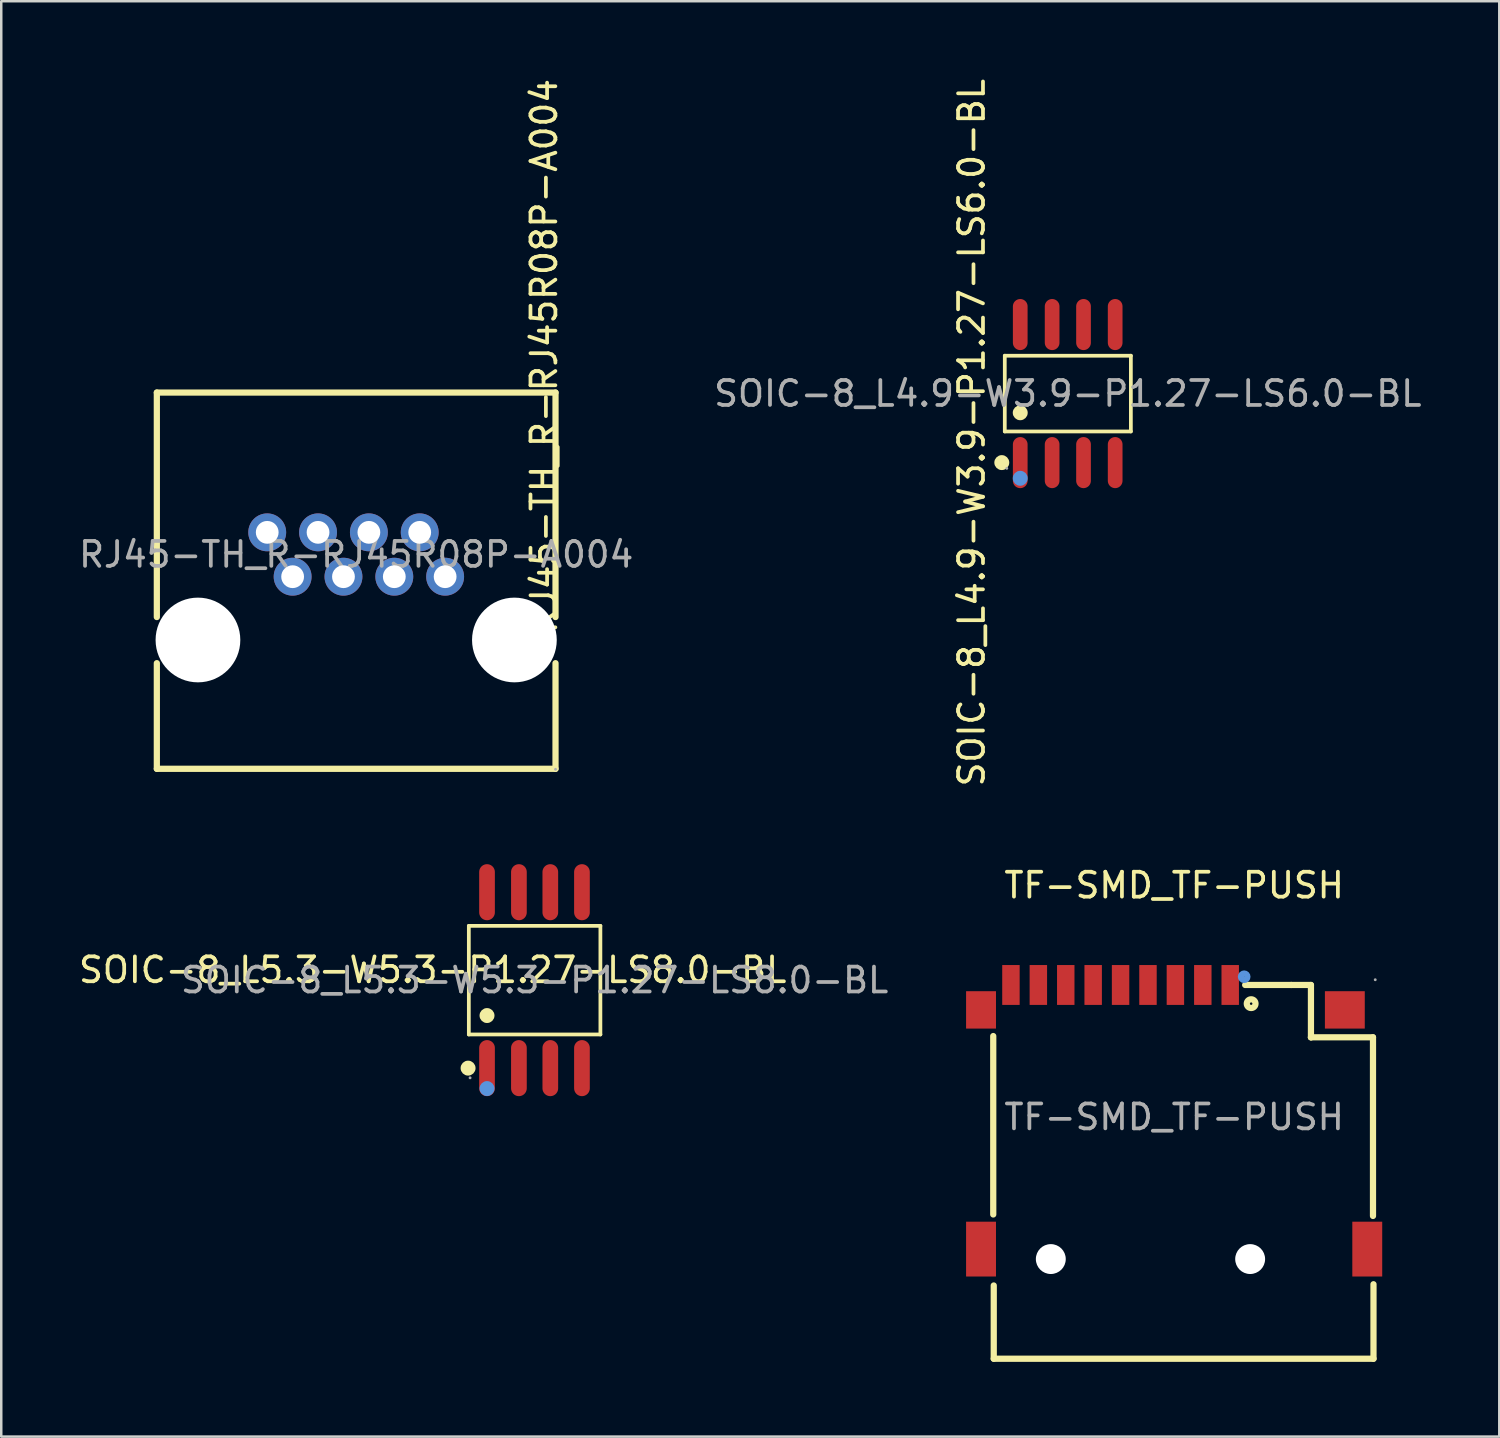
<source format=kicad_pcb>
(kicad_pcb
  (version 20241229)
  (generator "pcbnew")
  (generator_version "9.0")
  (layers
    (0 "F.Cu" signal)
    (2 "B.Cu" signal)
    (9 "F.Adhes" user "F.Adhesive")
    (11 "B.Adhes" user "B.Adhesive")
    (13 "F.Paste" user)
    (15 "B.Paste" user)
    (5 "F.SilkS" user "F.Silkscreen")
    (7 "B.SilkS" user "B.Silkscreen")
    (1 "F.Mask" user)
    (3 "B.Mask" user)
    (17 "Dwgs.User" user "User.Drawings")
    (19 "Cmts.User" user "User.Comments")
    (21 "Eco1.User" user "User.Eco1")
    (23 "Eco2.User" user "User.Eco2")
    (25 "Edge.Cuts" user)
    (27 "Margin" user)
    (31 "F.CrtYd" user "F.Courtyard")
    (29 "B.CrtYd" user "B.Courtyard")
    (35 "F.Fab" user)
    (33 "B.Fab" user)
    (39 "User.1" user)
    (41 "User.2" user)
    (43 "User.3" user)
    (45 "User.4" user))
  (footprint "SOIC-8_L4.9-W3.9-P1.27-LS6.0-BL"
    (layer "F.Cu")
    (at 39.804 12.745)
    (property "Reference" "SOIC-8_L4.9-W3.9-P1.27-LS6.0-BL" (at -3.86 1.57 270) (layer "F.SilkS") (effects (font (size 1 1) (thickness 0.15))))
    (attr smd)
    (fp_line (start -2.53 -1.52) (end 2.53 -1.52) (stroke (width 0.15) (type solid)) (layer "F.SilkS"))
    (fp_line (start -2.53 1.52) (end -2.53 -1.52) (stroke (width 0.15) (type solid)) (layer "F.SilkS"))
    (fp_line (start 2.53 -1.52) (end 2.53 1.52) (stroke (width 0.15) (type solid)) (layer "F.SilkS"))
    (fp_line (start 2.53 1.52) (end -2.53 1.52) (stroke (width 0.15) (type solid)) (layer "F.SilkS"))
    (fp_circle (center -2.65 2.77) (end -2.5 2.77) (stroke (width 0.3) (type solid)) (fill no) (layer "F.SilkS"))
    (fp_circle (center -1.91 0.77) (end -1.76 0.77) (stroke (width 0.3) (type solid)) (fill no) (layer "F.SilkS"))
    (fp_circle (center -1.91 3.4) (end -1.76 3.4) (stroke (width 0.3) (type solid)) (fill no) (layer "Cmts.User"))
    (fp_circle (center -2.45 3) (end -2.42 3) (stroke (width 0.06) (type solid)) (fill no) (layer "F.Fab"))
    (fp_text user "${REFERENCE}" (at 0 0 180) (layer "F.Fab") (effects (font (size 1 1) (thickness 0.15))))
    (pad "1" smd oval (at -1.91 2.77) (size 0.59 2.05) (layers "F.Cu" "F.Mask" "F.Paste"))
    (pad "2" smd oval (at -0.63 2.77) (size 0.59 2.05) (layers "F.Cu" "F.Mask" "F.Paste"))
    (pad "3" smd oval (at 0.63 2.77) (size 0.59 2.05) (layers "F.Cu" "F.Mask" "F.Paste"))
    (pad "4" smd oval (at 1.9 2.77) (size 0.59 2.05) (layers "F.Cu" "F.Mask" "F.Paste"))
    (pad "5" smd oval (at 1.9 -2.77) (size 0.59 2.05) (layers "F.Cu" "F.Mask" "F.Paste"))
    (pad "6" smd oval (at 0.63 -2.77) (size 0.59 2.05) (layers "F.Cu" "F.Mask" "F.Paste"))
    (pad "7" smd oval (at -0.63 -2.77) (size 0.59 2.05) (layers "F.Cu" "F.Mask" "F.Paste"))
    (pad "8" smd oval (at -1.91 -2.77) (size 0.59 2.05) (layers "F.Cu" "F.Mask" "F.Paste")))
  (footprint "RJ45-TH_R-RJ45R08P-A004"
    (layer "F.Cu")
    (at 11.244 19.204)
    (property "Reference" "RJ45-TH_R-RJ45R08P-A004" (at 7.54 -7.96 90) (layer "F.SilkS") (effects (font (size 1 1) (thickness 0.15))))
    (attr through_hole)
    (fp_line (start -8 -6.5) (end 8 -6.5) (stroke (width 0.25) (type solid)) (layer "F.SilkS"))
    (fp_line (start -8 2.51) (end -8 -6.5) (stroke (width 0.25) (type solid)) (layer "F.SilkS"))
    (fp_line (start -8 8.6) (end -8 4.36) (stroke (width 0.25) (type solid)) (layer "F.SilkS"))
    (fp_line (start 8 -6.5) (end 8 2.51) (stroke (width 0.25) (type solid)) (layer "F.SilkS"))
    (fp_line (start 8 4.36) (end 8 8.6) (stroke (width 0.25) (type solid)) (layer "F.SilkS"))
    (fp_line (start 8 8.6) (end -8 8.6) (stroke (width 0.25) (type solid)) (layer "F.SilkS"))
    (fp_circle (center -6.35 3.43) (end -5.55 3.43) (stroke (width 1.6) (type solid)) (fill no) (layer "Cmts.User"))
    (fp_circle (center 6.35 3.43) (end 7.15 3.43) (stroke (width 1.6) (type solid)) (fill no) (layer "Cmts.User"))
    (fp_circle (center -3.57 -0.89) (end -3.45 -0.89) (stroke (width 0.25) (type solid)) (fill no) (layer "F.Fab"))
    (fp_circle (center -2.55 0.89) (end -2.43 0.89) (stroke (width 0.25) (type solid)) (fill no) (layer "F.Fab"))
    (fp_circle (center -1.53 -0.89) (end -1.41 -0.89) (stroke (width 0.25) (type solid)) (fill no) (layer "F.Fab"))
    (fp_circle (center -0.51 0.89) (end -0.39 0.89) (stroke (width 0.25) (type solid)) (fill no) (layer "F.Fab"))
    (fp_circle (center 0.51 -0.89) (end 0.63 -0.89) (stroke (width 0.25) (type solid)) (fill no) (layer "F.Fab"))
    (fp_circle (center 1.53 0.89) (end 1.65 0.89) (stroke (width 0.25) (type solid)) (fill no) (layer "F.Fab"))
    (fp_circle (center 2.55 -0.89) (end 2.67 -0.89) (stroke (width 0.25) (type solid)) (fill no) (layer "F.Fab"))
    (fp_circle (center 3.57 0.89) (end 3.69 0.89) (stroke (width 0.25) (type solid)) (fill no) (layer "F.Fab"))
    (fp_circle (center 8 8.62) (end 8.03 8.62) (stroke (width 0.06) (type solid)) (fill no) (layer "F.Fab"))
    (fp_text user "${REFERENCE}" (at 0 0 180) (layer "F.Fab") (effects (font (size 1 1) (thickness 0.15))))
    (pad "" np_thru_hole circle (at -6.35 3.43) (size 3.4 3.4) (drill 3.4) (layers "*.Cu" "*.Mask"))
    (pad "" np_thru_hole circle (at 6.35 3.43) (size 3.4 3.4) (drill 3.4) (layers "*.Cu" "*.Mask"))
    (pad "1" thru_hole circle (at 3.57 0.89) (size 1.52 1.52) (drill 0.914) (layers "*.Cu" "*.Mask"))
    (pad "2" thru_hole circle (at 2.55 -0.89) (size 1.52 1.52) (drill 0.914) (layers "*.Cu" "*.Mask"))
    (pad "3" thru_hole circle (at 1.53 0.89) (size 1.52 1.52) (drill 0.914) (layers "*.Cu" "*.Mask"))
    (pad "4" thru_hole circle (at 0.51 -0.89) (size 1.52 1.52) (drill 0.914) (layers "*.Cu" "*.Mask"))
    (pad "5" thru_hole circle (at -0.51 0.89) (size 1.52 1.52) (drill 0.914) (layers "*.Cu" "*.Mask"))
    (pad "6" thru_hole circle (at -1.53 -0.89) (size 1.52 1.52) (drill 0.914) (layers "*.Cu" "*.Mask"))
    (pad "7" thru_hole circle (at -2.55 0.89) (size 1.52 1.52) (drill 0.914) (layers "*.Cu" "*.Mask"))
    (pad "8" thru_hole circle (at -3.57 -0.89) (size 1.52 1.52) (drill 0.914) (layers "*.Cu" "*.Mask")))
  (footprint "TF-SMD_TF-PUSH"
    (layer "F.Cu")
    (at 44.071 41.779)
    (property "Reference" "TF-SMD_TF-PUSH" (at 0 -9.3 0) (layer "F.SilkS") (effects (font (size 1 1) (thickness 0.15))))
    (attr smd)
    (fp_line (start -7.26 -3.25) (end -7.26 3.91) (stroke (width 0.25) (type solid)) (layer "F.SilkS"))
    (fp_line (start -7.24 9.7) (end -7.24 6.76) (stroke (width 0.25) (type solid)) (layer "F.SilkS"))
    (fp_line (start -7.24 9.7) (end 8 9.7) (stroke (width 0.25) (type solid)) (layer "F.SilkS"))
    (fp_line (start 4.7 -5.3) (end 2.85 -5.3) (stroke (width 0.25) (type solid)) (layer "F.SilkS"))
    (fp_line (start 4.7 -5.3) (end 5.49 -5.3) (stroke (width 0.25) (type solid)) (layer "F.SilkS"))
    (fp_line (start 5.49 -5.3) (end 5.49 -3.2) (stroke (width 0.25) (type solid)) (layer "F.SilkS"))
    (fp_line (start 5.49 -3.2) (end 5.5 -3.2) (stroke (width 0.25) (type solid)) (layer "F.SilkS"))
    (fp_line (start 7.98 -3.2) (end 5.49 -3.2) (stroke (width 0.25) (type solid)) (layer "F.SilkS"))
    (fp_line (start 7.98 3.97) (end 7.98 -3.2) (stroke (width 0.25) (type solid)) (layer "F.SilkS"))
    (fp_line (start 8 9.7) (end 8 6.71) (stroke (width 0.25) (type solid)) (layer "F.SilkS"))
    (fp_circle (center 3.09 -4.55) (end 3.14 -4.55) (stroke (width 0.25) (type solid)) (fill no) (layer "F.SilkS"))
    (fp_circle (center -4.95 5.7) (end -4.75 5.7) (stroke (width 0.4) (type solid)) (fill no) (layer "Cmts.User"))
    (fp_circle (center 2.81 -5.63) (end 2.94 -5.63) (stroke (width 0.25) (type solid)) (fill no) (layer "Cmts.User"))
    (fp_circle (center 3.05 5.7) (end 3.25 5.7) (stroke (width 0.4) (type solid)) (fill no) (layer "Cmts.User"))
    (fp_circle (center 8.07 -5.51) (end 8.1 -5.51) (stroke (width 0.06) (type solid)) (fill no) (layer "F.Fab"))
    (fp_text user "${REFERENCE}" (at 0 0 0) (layer "F.Fab") (effects (font (size 1 1) (thickness 0.15))))
    (pad "" np_thru_hole circle (at -4.95 5.7) (size 1.2 1.2) (drill 1.2) (layers "*.Cu" "*.Mask"))
    (pad "" np_thru_hole circle (at 3.05 5.7) (size 1.2 1.2) (drill 1.2) (layers "*.Cu" "*.Mask"))
    (pad "1" smd rect (at 2.25 -5.3) (size 0.7 1.6) (layers "F.Cu" "F.Mask" "F.Paste"))
    (pad "2" smd rect (at 1.15 -5.3) (size 0.7 1.6) (layers "F.Cu" "F.Mask" "F.Paste"))
    (pad "3" smd rect (at 0.05 -5.3) (size 0.7 1.6) (layers "F.Cu" "F.Mask" "F.Paste"))
    (pad "4" smd rect (at -1.05 -5.3) (size 0.7 1.6) (layers "F.Cu" "F.Mask" "F.Paste"))
    (pad "5" smd rect (at -2.15 -5.3) (size 0.7 1.6) (layers "F.Cu" "F.Mask" "F.Paste"))
    (pad "6" smd rect (at -3.25 -5.3) (size 0.7 1.6) (layers "F.Cu" "F.Mask" "F.Paste"))
    (pad "7" smd rect (at -4.35 -5.3) (size 0.7 1.6) (layers "F.Cu" "F.Mask" "F.Paste"))
    (pad "8" smd rect (at -5.45 -5.3) (size 0.7 1.6) (layers "F.Cu" "F.Mask" "F.Paste"))
    (pad "9" smd rect (at -6.55 -5.3) (size 0.7 1.6) (layers "F.Cu" "F.Mask" "F.Paste"))
    (pad "10" smd rect (at -7.75 -4.3) (size 1.2 1.5) (layers "F.Cu" "F.Mask" "F.Paste"))
    (pad "11" smd rect (at -7.75 5.3) (size 1.2 2.2) (layers "F.Cu" "F.Mask" "F.Paste"))
    (pad "12" smd rect (at 7.75 5.3) (size 1.2 2.2) (layers "F.Cu" "F.Mask" "F.Paste"))
    (pad "13" smd rect (at 6.85 -4.3) (size 1.6 1.5) (layers "F.Cu" "F.Mask" "F.Paste")))
  (footprint "SOIC-8_L5.3-W5.3-P1.27-LS8.0-BL"
    (layer "F.Cu")
    (at 18.405 36.286)
    (property "Reference" "SOIC-8_L5.3-W5.3-P1.27-LS8.0-BL" (at -4.09 -0.41 0) (layer "F.SilkS") (effects (font (size 1 1) (thickness 0.15))))
    (attr smd)
    (fp_line (start -2.64 -2.18) (end 2.64 -2.18) (stroke (width 0.15) (type solid)) (layer "F.SilkS"))
    (fp_line (start -2.64 2.18) (end -2.64 -2.18) (stroke (width 0.15) (type solid)) (layer "F.SilkS"))
    (fp_line (start 2.64 -2.18) (end 2.64 2.18) (stroke (width 0.15) (type solid)) (layer "F.SilkS"))
    (fp_line (start 2.64 2.18) (end -2.64 2.18) (stroke (width 0.15) (type solid)) (layer "F.SilkS"))
    (fp_circle (center -2.67 3.53) (end -2.52 3.53) (stroke (width 0.3) (type solid)) (fill no) (layer "F.SilkS"))
    (fp_circle (center -1.91 1.42) (end -1.76 1.42) (stroke (width 0.3) (type solid)) (fill no) (layer "F.SilkS"))
    (fp_circle (center -1.91 4.35) (end -1.76 4.35) (stroke (width 0.3) (type solid)) (fill no) (layer "Cmts.User"))
    (fp_circle (center -2.59 3.92) (end -2.56 3.92) (stroke (width 0.06) (type solid)) (fill no) (layer "F.Fab"))
    (fp_text user "${REFERENCE}" (at 0 0 0) (layer "F.Fab") (effects (font (size 1 1) (thickness 0.15))))
    (pad "1" smd oval (at -1.91 3.53) (size 0.63 2.25) (layers "F.Cu" "F.Mask" "F.Paste"))
    (pad "2" smd oval (at -0.63 3.53) (size 0.63 2.25) (layers "F.Cu" "F.Mask" "F.Paste"))
    (pad "3" smd oval (at 0.63 3.53) (size 0.63 2.25) (layers "F.Cu" "F.Mask" "F.Paste"))
    (pad "4" smd oval (at 1.9 3.53) (size 0.63 2.25) (layers "F.Cu" "F.Mask" "F.Paste"))
    (pad "5" smd oval (at 1.9 -3.53) (size 0.63 2.25) (layers "F.Cu" "F.Mask" "F.Paste"))
    (pad "6" smd oval (at 0.63 -3.53) (size 0.63 2.25) (layers "F.Cu" "F.Mask" "F.Paste"))
    (pad "7" smd oval (at -0.63 -3.53) (size 0.63 2.25) (layers "F.Cu" "F.Mask" "F.Paste"))
    (pad "8" smd oval (at -1.91 -3.53) (size 0.63 2.25) (layers "F.Cu" "F.Mask" "F.Paste")))
  (gr_rect
    (start -3 -3)
    (end 57.119 54.604)
    (stroke (width 0.1) (type default))
    (fill no)
    (layer "Edge.Cuts")))
</source>
